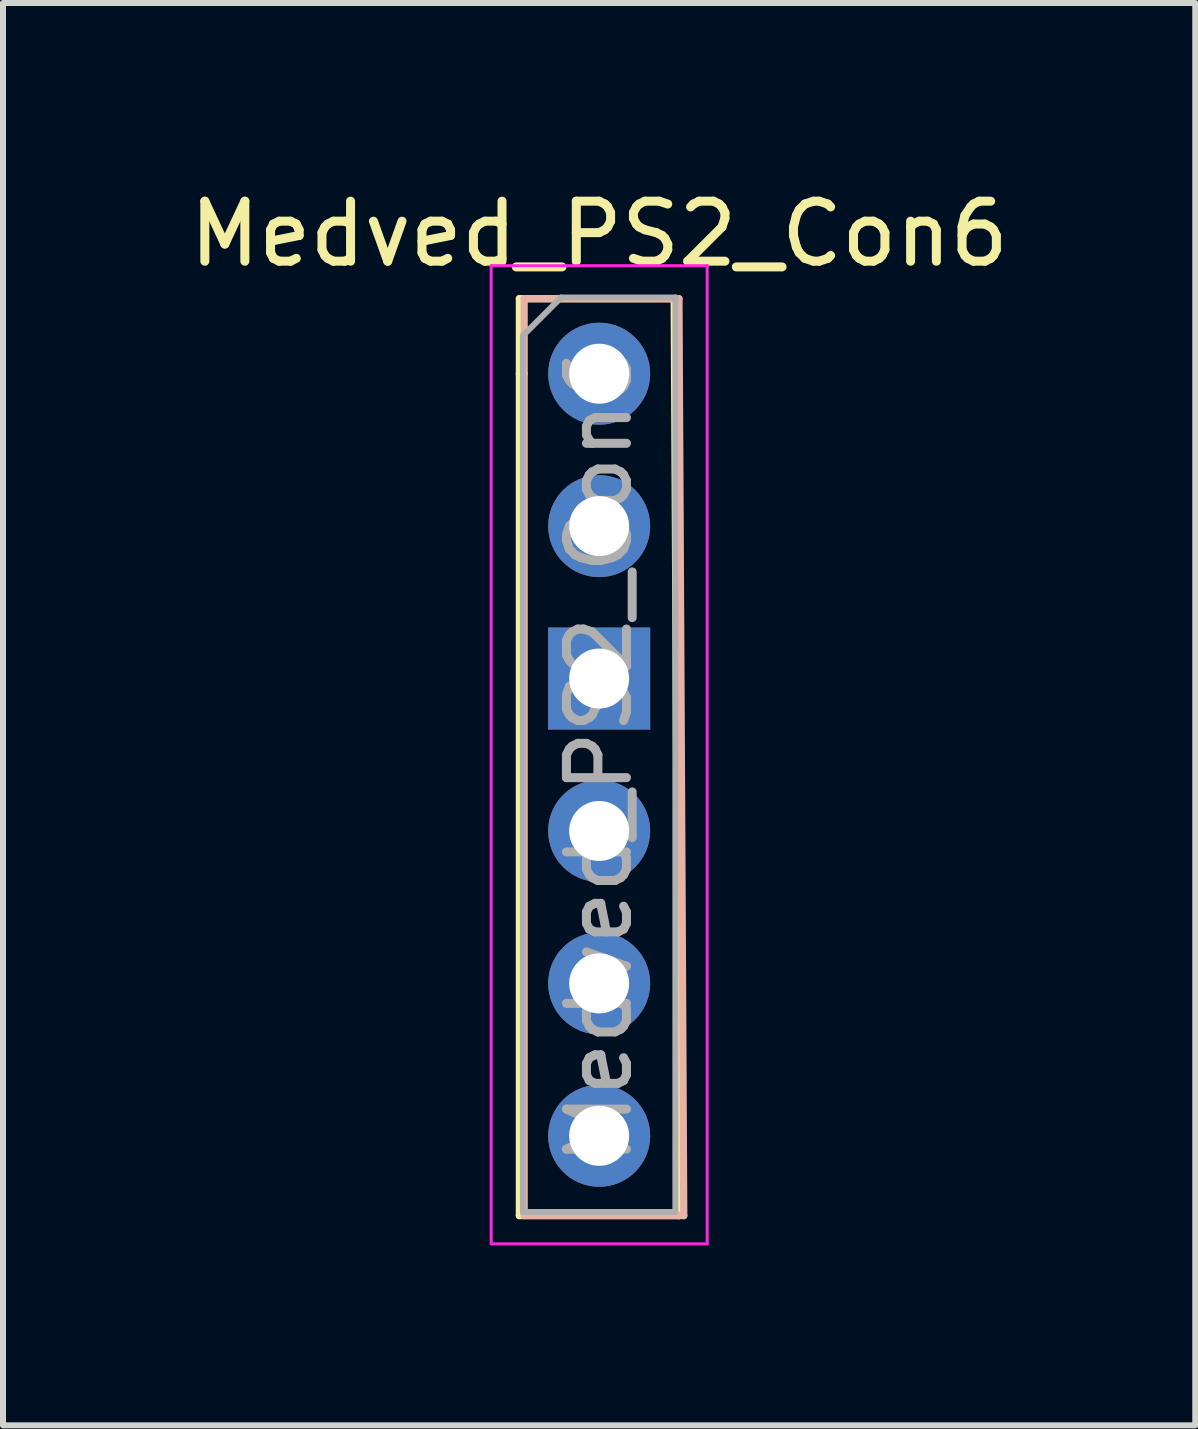
<source format=kicad_pcb>
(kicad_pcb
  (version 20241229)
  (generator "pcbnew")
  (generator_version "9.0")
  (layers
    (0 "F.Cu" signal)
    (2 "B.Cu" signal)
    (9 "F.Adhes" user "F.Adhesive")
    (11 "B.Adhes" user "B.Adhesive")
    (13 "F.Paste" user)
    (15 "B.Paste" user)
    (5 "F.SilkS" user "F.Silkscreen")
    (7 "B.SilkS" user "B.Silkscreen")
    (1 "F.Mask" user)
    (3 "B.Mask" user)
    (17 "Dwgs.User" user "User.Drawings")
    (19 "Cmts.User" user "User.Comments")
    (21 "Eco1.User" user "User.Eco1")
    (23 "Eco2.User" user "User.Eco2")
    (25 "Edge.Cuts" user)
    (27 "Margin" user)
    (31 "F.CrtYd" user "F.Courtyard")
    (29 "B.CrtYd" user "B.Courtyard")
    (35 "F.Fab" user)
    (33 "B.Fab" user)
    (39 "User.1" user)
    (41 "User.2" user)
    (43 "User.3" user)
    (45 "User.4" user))
  (footprint "Medved_PS2_Con6"
    (layer "F.Cu")
    (at 6.935 3.178)
    (property "Reference" "Medved_PS2_Con6" (at 0 -2.33 0) (layer "F.SilkS") (effects (font (size 1 1) (thickness 0.15))))
    (attr through_hole)
    (fp_line (start -1.33 -1.25) (end 1.25 -1.25) (stroke (width 0.12) (type solid)) (layer "F.SilkS"))
    (fp_line (start -1.33 0) (end -1.33 -1.25) (stroke (width 0.12) (type solid)) (layer "F.SilkS"))
    (fp_line (start -1.33 0) (end -1.33 14.03) (stroke (width 0.12) (type solid)) (layer "F.SilkS"))
    (fp_line (start -1.33 14.03) (end 1.33 14.03) (stroke (width 0.12) (type solid)) (layer "F.SilkS"))
    (fp_line (start 1.25 -1.25) (end 1.33 14.03) (stroke (width 0.12) (type solid)) (layer "F.SilkS"))
    (fp_line (start -1.25 -1.25) (end 1.33 -1.25) (stroke (width 0.12) (type solid)) (layer "B.SilkS"))
    (fp_line (start -1.25 0) (end -1.25 -1.25) (stroke (width 0.12) (type solid)) (layer "B.SilkS"))
    (fp_line (start -1.25 0) (end -1.25 14.03) (stroke (width 0.12) (type solid)) (layer "B.SilkS"))
    (fp_line (start -1.25 14.03) (end 1.41 14.03) (stroke (width 0.12) (type solid)) (layer "B.SilkS"))
    (fp_line (start 1.33 -1.25) (end 1.41 14.03) (stroke (width 0.12) (type solid)) (layer "B.SilkS"))
    (fp_line (start -1.8 -1.8) (end -1.8 14.5) (stroke (width 0.05) (type solid)) (layer "F.CrtYd"))
    (fp_line (start -1.8 14.5) (end 1.8 14.5) (stroke (width 0.05) (type solid)) (layer "F.CrtYd"))
    (fp_line (start 1.8 -1.8) (end -1.8 -1.8) (stroke (width 0.05) (type solid)) (layer "F.CrtYd"))
    (fp_line (start 1.8 14.5) (end 1.8 -1.8) (stroke (width 0.05) (type solid)) (layer "F.CrtYd"))
    (fp_line (start -1.27 -0.635) (end -0.635 -1.27) (stroke (width 0.1) (type solid)) (layer "F.Fab"))
    (fp_line (start -1.27 13.97) (end -1.27 -0.635) (stroke (width 0.1) (type solid)) (layer "F.Fab"))
    (fp_line (start -0.635 -1.27) (end 1.27 -1.27) (stroke (width 0.1) (type solid)) (layer "F.Fab"))
    (fp_line (start 1.27 -1.27) (end 1.27 13.97) (stroke (width 0.1) (type solid)) (layer "F.Fab"))
    (fp_line (start 1.27 13.97) (end -1.27 13.97) (stroke (width 0.1) (type solid)) (layer "F.Fab"))
    (fp_text user "${REFERENCE}" (at 0 6.35 90) (layer "F.Fab") (effects (font (size 1 1) (thickness 0.15))))
    (pad "1" thru_hole circle (at 0 0) (size 1.7 1.7) (drill 1) (layers "*.Cu" "*.Mask"))
    (pad "2" thru_hole oval (at 0 2.54) (size 1.7 1.7) (drill 1) (layers "*.Cu" "*.Mask"))
    (pad "3" thru_hole rect (at 0 5.08) (size 1.7 1.7) (drill 1) (layers "*.Cu" "*.Mask"))
    (pad "4" thru_hole oval (at 0 7.62) (size 1.7 1.7) (drill 1) (layers "*.Cu" "*.Mask"))
    (pad "5" thru_hole oval (at 0 10.16) (size 1.7 1.7) (drill 1) (layers "*.Cu" "*.Mask"))
    (pad "6" thru_hole oval (at 0 12.7) (size 1.7 1.7) (drill 1) (layers "*.Cu" "*.Mask")))
  (gr_rect
    (start -3 -3)
    (end 16.869 20.703)
    (stroke (width 0.1) (type default))
    (fill no)
    (layer "Edge.Cuts")))
</source>
